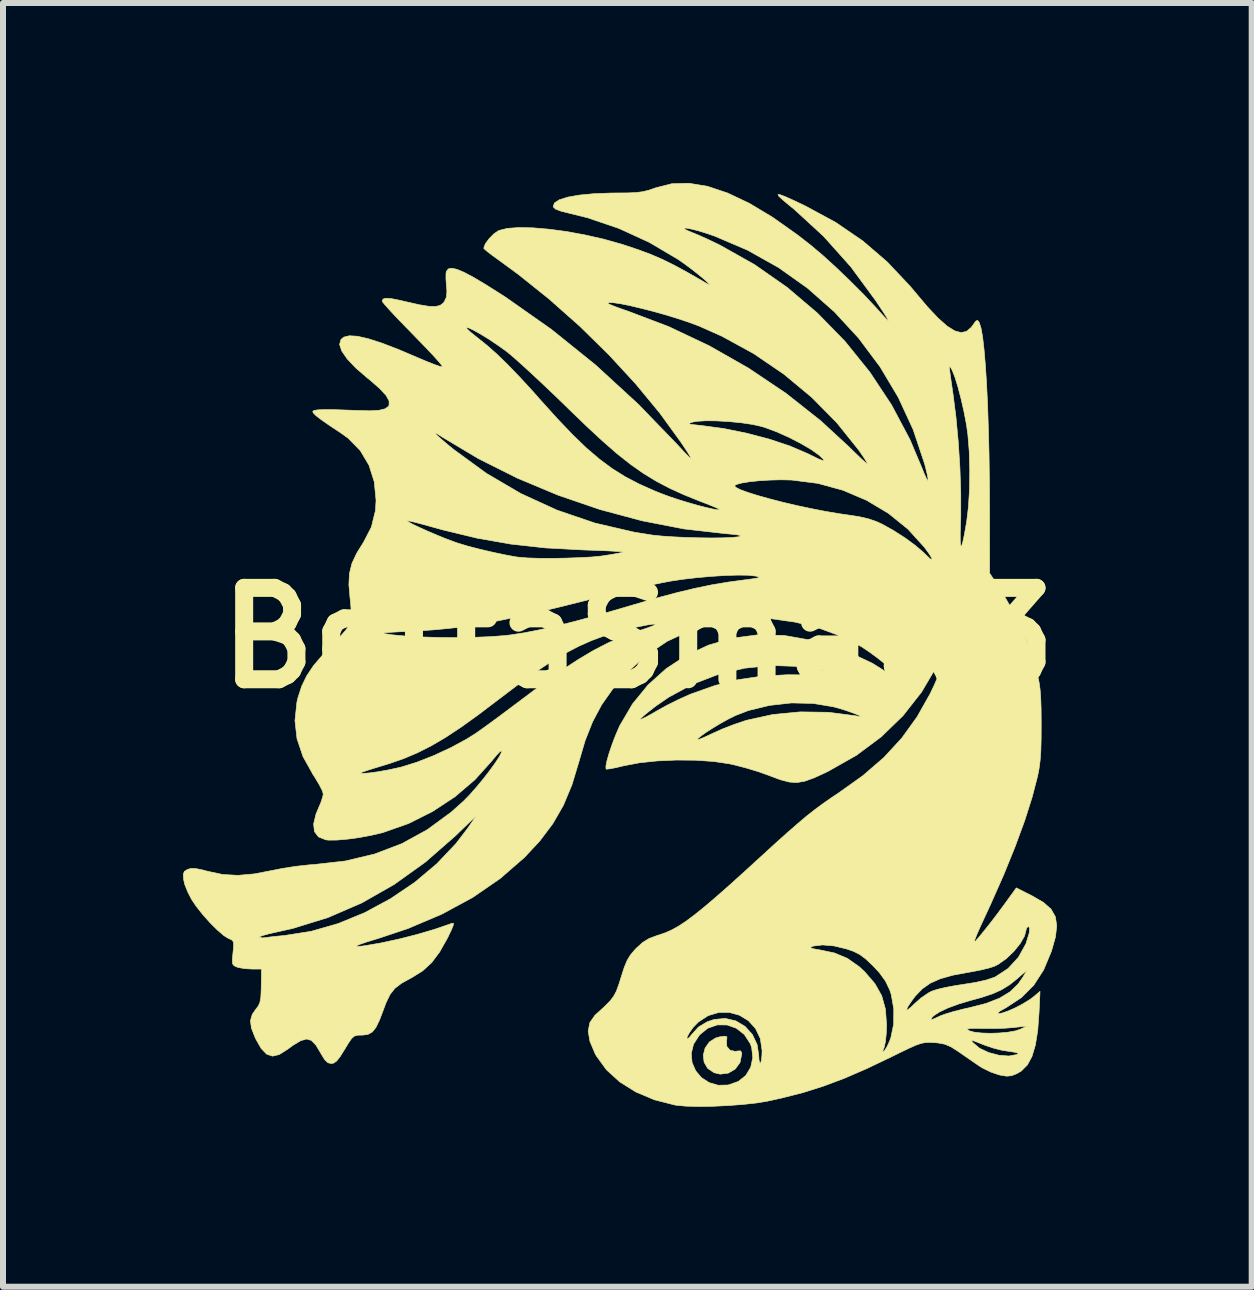
<source format=kicad_pcb>
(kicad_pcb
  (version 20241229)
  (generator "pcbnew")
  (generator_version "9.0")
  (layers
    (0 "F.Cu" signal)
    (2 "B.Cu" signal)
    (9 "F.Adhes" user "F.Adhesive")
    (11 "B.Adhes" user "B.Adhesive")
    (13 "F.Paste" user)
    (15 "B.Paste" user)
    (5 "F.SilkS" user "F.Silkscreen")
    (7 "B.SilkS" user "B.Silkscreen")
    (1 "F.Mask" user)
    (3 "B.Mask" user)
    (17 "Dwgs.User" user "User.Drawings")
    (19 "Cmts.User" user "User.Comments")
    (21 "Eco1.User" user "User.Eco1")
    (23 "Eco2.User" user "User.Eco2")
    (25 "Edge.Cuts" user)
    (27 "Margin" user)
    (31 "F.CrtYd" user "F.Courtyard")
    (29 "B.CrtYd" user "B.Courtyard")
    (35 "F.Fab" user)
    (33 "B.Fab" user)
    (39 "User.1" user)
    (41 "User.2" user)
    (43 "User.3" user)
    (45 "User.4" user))
  (footprint "BettaSmall3"
    (layer "F.Cu")
    (at 7.588 7.584)
    (property "Reference" "BettaSmall3" (at 0 0 0) (layer "F.SilkS") (effects (font (size 1.524 1.524) (thickness 0.3))))
    (attr through_hole)
    (fp_poly (pts (xy 1.48 6.65) (xy 1.477 6.693) (xy 1.473 6.713) (xy 1.477 6.808) (xy 1.531 6.873) (xy 1.618 6.893) (xy 1.645 6.888) (xy 1.707 6.883) (xy 1.727 6.919) (xy 1.727 6.937) (xy 1.698 7.078) (xy 1.618 7.187) (xy 1.503 7.255) (xy 1.368 7.272) (xy 1.265 7.248) (xy 1.158 7.175) (xy 1.099 7.072) (xy 1.086 6.954) (xy 1.116 6.838) (xy 1.186 6.737) (xy 1.295 6.668) (xy 1.365 6.649) (xy 1.448 6.639) (xy 1.48 6.65)) (stroke (width 0.01) (type solid)) (fill yes) (layer "F.SilkS"))
    (fp_poly (pts (xy 1.157 -7.528) (xy 1.492 -7.416) (xy 1.853 -7.245) (xy 2.24 -7.013) (xy 2.654 -6.72) (xy 2.877 -6.546) (xy 3.072 -6.382) (xy 3.293 -6.181) (xy 3.525 -5.959) (xy 3.752 -5.732) (xy 3.956 -5.515) (xy 4.012 -5.453) (xy 4.1 -5.355) (xy 4.153 -5.3) (xy 4.171 -5.289) (xy 4.154 -5.326) (xy 4.1 -5.412) (xy 4.008 -5.551) (xy 3.96 -5.623) (xy 3.546 -6.186) (xy 3.091 -6.695) (xy 2.597 -7.149) (xy 2.52 -7.211) (xy 2.411 -7.302) (xy 2.346 -7.362) (xy 2.331 -7.391) (xy 2.365 -7.389) (xy 2.453 -7.356) (xy 2.595 -7.292) (xy 2.794 -7.197) (xy 3.294 -6.926) (xy 3.742 -6.62) (xy 4.15 -6.27) (xy 4.529 -5.868) (xy 4.62 -5.76) (xy 4.826 -5.516) (xy 5.002 -5.329) (xy 5.151 -5.197) (xy 5.278 -5.118) (xy 5.384 -5.09) (xy 5.475 -5.11) (xy 5.553 -5.177) (xy 5.576 -5.209) (xy 5.626 -5.278) (xy 5.655 -5.295) (xy 5.679 -5.269) (xy 5.687 -5.254) (xy 5.715 -5.167) (xy 5.742 -5.017) (xy 5.766 -4.809) (xy 5.788 -4.548) (xy 5.808 -4.239) (xy 5.825 -3.886) (xy 5.838 -3.495) (xy 5.849 -3.071) (xy 5.855 -2.617) (xy 5.858 -2.14) (xy 5.858 -2.055) (xy 5.859 -1.079) (xy 6.059 -0.776) (xy 6.29 -0.375) (xy 6.485 0.061) (xy 6.628 0.5) (xy 6.661 0.631) (xy 6.685 0.748) (xy 6.701 0.867) (xy 6.711 1.005) (xy 6.717 1.176) (xy 6.719 1.397) (xy 6.719 1.422) (xy 6.718 1.676) (xy 6.713 1.878) (xy 6.701 2.043) (xy 6.682 2.187) (xy 6.659 2.303) (xy 6.57 2.648) (xy 6.445 3.042) (xy 6.285 3.477) (xy 6.095 3.946) (xy 5.875 4.443) (xy 5.774 4.661) (xy 5.705 4.81) (xy 5.65 4.936) (xy 5.614 5.026) (xy 5.601 5.069) (xy 5.601 5.071) (xy 5.626 5.051) (xy 5.683 4.986) (xy 5.766 4.885) (xy 5.867 4.758) (xy 5.978 4.613) (xy 6.091 4.461) (xy 6.176 4.344) (xy 6.304 4.167) (xy 6.573 4.303) (xy 6.756 4.409) (xy 6.882 4.52) (xy 6.955 4.648) (xy 6.978 4.8) (xy 6.956 4.988) (xy 6.89 5.221) (xy 6.889 5.224) (xy 6.76 5.533) (xy 6.596 5.788) (xy 6.39 5.995) (xy 6.137 6.162) (xy 6.113 6.175) (xy 6.025 6.225) (xy 5.994 6.255) (xy 6.013 6.264) (xy 6.072 6.252) (xy 6.166 6.22) (xy 6.282 6.169) (xy 6.408 6.103) (xy 6.526 6.031) (xy 6.592 5.982) (xy 6.699 5.892) (xy 6.683 6.24) (xy 6.661 6.543) (xy 6.622 6.787) (xy 6.565 6.977) (xy 6.488 7.119) (xy 6.388 7.219) (xy 6.312 7.264) (xy 6.225 7.298) (xy 6.145 7.306) (xy 6.04 7.289) (xy 6.014 7.283) (xy 5.881 7.238) (xy 5.742 7.17) (xy 5.685 7.135) (xy 5.57 7.056) (xy 5.434 6.962) (xy 5.335 6.893) (xy 5.214 6.816) (xy 5.112 6.773) (xy 5 6.752) (xy 4.933 6.746) (xy 4.853 6.743) (xy 4.785 6.746) (xy 4.715 6.76) (xy 4.631 6.789) (xy 4.522 6.837) (xy 4.374 6.908) (xy 4.216 6.986) (xy 3.81 7.18) (xy 3.441 7.34) (xy 3.092 7.471) (xy 2.747 7.58) (xy 2.389 7.671) (xy 2.148 7.724) (xy 1.962 7.754) (xy 1.738 7.778) (xy 1.493 7.796) (xy 1.243 7.808) (xy 1.007 7.811) (xy 0.799 7.806) (xy 0.639 7.791) (xy 0.614 7.787) (xy 0.272 7.7) (xy -0.037 7.57) (xy -0.307 7.401) (xy -0.53 7.198) (xy -0.698 6.966) (xy -0.718 6.928) (xy 0.885 6.928) (xy 0.899 7.079) (xy 0.959 7.216) (xy 1.055 7.33) (xy 1.183 7.413) (xy 1.333 7.457) (xy 1.5 7.453) (xy 1.669 7.394) (xy 1.794 7.295) (xy 1.877 7.156) (xy 1.911 6.994) (xy 1.892 6.827) (xy 1.87 6.765) (xy 1.77 6.611) (xy 1.636 6.506) (xy 1.481 6.452) (xy 1.319 6.451) (xy 1.161 6.506) (xy 1.022 6.619) (xy 1.021 6.621) (xy 0.923 6.773) (xy 0.885 6.928) (xy -0.718 6.928) (xy -0.719 6.927) (xy -0.804 6.725) (xy -0.813 6.671) (xy 0.813 6.671) (xy 0.829 6.681) (xy 0.87 6.641) (xy 0.885 6.62) (xy 1.005 6.487) (xy 1.15 6.4) (xy 1.264 6.361) (xy 1.451 6.343) (xy 1.628 6.384) (xy 1.782 6.476) (xy 1.904 6.611) (xy 1.983 6.779) (xy 2.009 6.947) (xy 2.015 7.037) (xy 2.029 7.087) (xy 2.038 7.091) (xy 2.053 7.051) (xy 2.063 6.964) (xy 2.066 6.881) (xy 2.037 6.68) (xy 1.957 6.512) (xy 1.838 6.381) (xy 1.689 6.29) (xy 1.52 6.243) (xy 1.343 6.244) (xy 1.168 6.296) (xy 1.005 6.402) (xy 0.92 6.489) (xy 0.858 6.575) (xy 0.819 6.646) (xy 0.813 6.671) (xy -0.813 6.671) (xy -0.833 6.555) (xy -0.805 6.413) (xy -0.721 6.292) (xy -0.701 6.273) (xy -0.568 6.153) (xy -0.475 6.06) (xy -0.41 5.977) (xy -0.363 5.889) (xy -0.322 5.777) (xy -0.284 5.655) (xy -0.232 5.493) (xy -0.184 5.377) (xy -0.129 5.286) (xy -0.057 5.2) (xy -0.035 5.177) (xy -0.019 5.163) (xy 2.872 5.163) (xy 2.902 5.178) (xy 2.993 5.195) (xy 3.014 5.198) (xy 3.272 5.252) (xy 3.488 5.342) (xy 3.683 5.479) (xy 3.779 5.568) (xy 3.948 5.765) (xy 4.06 5.965) (xy 4.122 6.187) (xy 4.141 6.448) (xy 4.141 6.452) (xy 4.136 6.595) (xy 4.123 6.725) (xy 4.104 6.816) (xy 4.101 6.824) (xy 4.077 6.889) (xy 4.082 6.9) (xy 4.11 6.875) (xy 4.149 6.814) (xy 4.194 6.716) (xy 4.197 6.706) (xy 5.559 6.706) (xy 5.566 6.728) (xy 5.586 6.752) (xy 5.694 6.842) (xy 5.844 6.912) (xy 6.014 6.957) (xy 6.179 6.97) (xy 6.316 6.945) (xy 6.316 6.945) (xy 6.338 6.927) (xy 6.305 6.912) (xy 6.212 6.896) (xy 6.181 6.892) (xy 6.055 6.872) (xy 5.93 6.84) (xy 5.786 6.792) (xy 5.605 6.721) (xy 5.559 6.706) (xy 4.197 6.706) (xy 4.213 6.662) (xy 4.243 6.518) (xy 5.486 6.518) (xy 5.518 6.549) (xy 5.601 6.572) (xy 5.722 6.586) (xy 5.867 6.591) (xy 6.019 6.586) (xy 6.165 6.573) (xy 6.29 6.551) (xy 6.367 6.525) (xy 6.485 6.469) (xy 6.265 6.494) (xy 6.118 6.506) (xy 5.941 6.511) (xy 5.771 6.511) (xy 5.766 6.511) (xy 5.638 6.508) (xy 5.541 6.51) (xy 5.49 6.515) (xy 5.486 6.518) (xy 4.243 6.518) (xy 4.26 6.434) (xy 4.26 6.359) (xy 4.882 6.359) (xy 4.899 6.362) (xy 4.957 6.338) (xy 5.031 6.303) (xy 5.122 6.269) (xy 5.257 6.229) (xy 5.416 6.188) (xy 5.519 6.165) (xy 5.801 6.093) (xy 6.024 6.006) (xy 6.199 5.9) (xy 6.335 5.768) (xy 6.416 5.651) (xy 6.482 5.537) (xy 6.32 5.68) (xy 6.192 5.782) (xy 6.06 5.864) (xy 5.909 5.932) (xy 5.719 5.995) (xy 5.539 6.044) (xy 5.342 6.103) (xy 5.165 6.168) (xy 5.022 6.236) (xy 4.924 6.3) (xy 4.893 6.333) (xy 4.882 6.359) (xy 4.26 6.359) (xy 4.261 6.196) (xy 4.474 6.196) (xy 4.492 6.201) (xy 4.55 6.154) (xy 4.609 6.097) (xy 4.715 6.003) (xy 4.833 5.922) (xy 4.892 5.89) (xy 4.986 5.859) (xy 5.127 5.826) (xy 5.292 5.795) (xy 5.418 5.776) (xy 5.631 5.742) (xy 5.81 5.701) (xy 5.94 5.657) (xy 5.953 5.651) (xy 6.167 5.511) (xy 6.34 5.323) (xy 6.465 5.097) (xy 6.519 4.919) (xy 6.526 4.837) (xy 6.505 4.809) (xy 6.473 4.837) (xy 6.469 4.861) (xy 6.441 4.969) (xy 6.368 5.096) (xy 6.262 5.227) (xy 6.136 5.347) (xy 6.003 5.441) (xy 5.935 5.475) (xy 5.847 5.503) (xy 5.715 5.535) (xy 5.563 5.565) (xy 5.507 5.574) (xy 5.244 5.623) (xy 5.036 5.682) (xy 4.871 5.755) (xy 4.736 5.85) (xy 4.619 5.972) (xy 4.57 6.037) (xy 4.5 6.14) (xy 4.474 6.196) (xy 4.261 6.196) (xy 4.261 6.185) (xy 4.219 5.944) (xy 4.194 5.869) (xy 4.124 5.722) (xy 4.021 5.58) (xy 3.913 5.464) (xy 3.794 5.352) (xy 3.695 5.278) (xy 3.591 5.225) (xy 3.474 5.185) (xy 3.264 5.134) (xy 3.075 5.118) (xy 2.925 5.136) (xy 2.896 5.145) (xy 2.872 5.163) (xy -0.019 5.163) (xy 0.071 5.08) (xy 0.178 5.013) (xy 0.316 4.961) (xy 0.356 4.949) (xy 0.457 4.914) (xy 0.56 4.868) (xy 0.671 4.807) (xy 0.794 4.726) (xy 0.934 4.622) (xy 1.098 4.49) (xy 1.291 4.326) (xy 1.517 4.127) (xy 1.782 3.888) (xy 2.03 3.661) (xy 2.275 3.437) (xy 2.48 3.253) (xy 2.654 3.101) (xy 2.804 2.974) (xy 2.941 2.866) (xy 3.072 2.769) (xy 3.206 2.675) (xy 3.335 2.589) (xy 3.745 2.297) (xy 4.096 1.994) (xy 4.395 1.67) (xy 4.65 1.316) (xy 4.867 0.931) (xy 4.938 0.782) (xy 5.005 0.626) (xy 5.063 0.479) (xy 5.107 0.352) (xy 5.133 0.259) (xy 5.135 0.214) (xy 5.134 0.212) (xy 5.113 0.233) (xy 5.07 0.302) (xy 5.013 0.406) (xy 4.984 0.462) (xy 4.725 0.902) (xy 4.415 1.297) (xy 4.053 1.648) (xy 3.64 1.956) (xy 3.174 2.22) (xy 3.124 2.245) (xy 2.932 2.333) (xy 2.779 2.388) (xy 2.648 2.411) (xy 2.52 2.403) (xy 2.374 2.365) (xy 2.194 2.298) (xy 2.184 2.294) (xy 2.008 2.231) (xy 1.8 2.168) (xy 1.596 2.115) (xy 1.523 2.099) (xy 1.262 2.06) (xy 0.961 2.039) (xy 0.64 2.036) (xy 0.321 2.05) (xy 0.025 2.081) (xy -0.227 2.129) (xy -0.234 2.13) (xy -0.363 2.161) (xy -0.466 2.181) (xy -0.527 2.188) (xy -0.535 2.186) (xy -0.538 2.141) (xy -0.52 2.048) (xy -0.484 1.922) (xy -0.435 1.777) (xy -0.405 1.697) (xy 0.982 1.697) (xy 1.01 1.693) (xy 1.085 1.664) (xy 1.192 1.615) (xy 1.245 1.59) (xy 1.408 1.517) (xy 1.599 1.443) (xy 1.783 1.381) (xy 1.812 1.372) (xy 2.245 1.277) (xy 2.704 1.233) (xy 3.172 1.24) (xy 3.63 1.299) (xy 3.658 1.305) (xy 3.704 1.31) (xy 3.697 1.299) (xy 3.647 1.276) (xy 3.565 1.245) (xy 3.463 1.209) (xy 3.35 1.174) (xy 3.254 1.148) (xy 2.917 1.092) (xy 2.555 1.084) (xy 2.189 1.125) (xy 1.84 1.21) (xy 1.626 1.292) (xy 1.512 1.348) (xy 1.383 1.419) (xy 1.253 1.497) (xy 1.135 1.572) (xy 1.043 1.638) (xy 0.99 1.684) (xy 0.982 1.697) (xy -0.405 1.697) (xy -0.378 1.628) (xy -0.318 1.488) (xy -0.306 1.462) (xy -0.244 1.357) (xy 0.034 1.357) (xy 0.061 1.352) (xy 0.133 1.318) (xy 0.238 1.26) (xy 0.313 1.216) (xy 0.481 1.123) (xy 0.674 1.027) (xy 0.854 0.946) (xy 0.884 0.934) (xy 1.276 0.795) (xy 1.662 0.697) (xy 2.06 0.638) (xy 2.487 0.614) (xy 2.817 0.617) (xy 2.998 0.622) (xy 3.151 0.625) (xy 3.265 0.625) (xy 3.33 0.623) (xy 3.34 0.62) (xy 3.29 0.597) (xy 3.188 0.568) (xy 3.049 0.538) (xy 2.888 0.509) (xy 2.722 0.484) (xy 2.653 0.475) (xy 2.215 0.459) (xy 1.772 0.505) (xy 1.332 0.61) (xy 0.908 0.772) (xy 0.51 0.988) (xy 0.296 1.135) (xy 0.184 1.222) (xy 0.096 1.294) (xy 0.043 1.343) (xy 0.034 1.357) (xy -0.244 1.357) (xy -0.095 1.102) (xy 0.165 0.784) (xy 0.468 0.512) (xy 0.807 0.289) (xy 1.177 0.119) (xy 1.571 0.005) (xy 1.983 -0.05) (xy 2.407 -0.042) (xy 2.457 -0.037) (xy 2.963 0.053) (xy 3.445 0.206) (xy 3.905 0.423) (xy 4.293 0.666) (xy 4.347 0.701) (xy 4.359 0.695) (xy 4.349 0.664) (xy 4.309 0.61) (xy 4.226 0.529) (xy 4.112 0.431) (xy 3.982 0.328) (xy 3.847 0.229) (xy 3.722 0.146) (xy 3.713 0.141) (xy 3.382 -0.028) (xy 3.01 -0.165) (xy 2.619 -0.263) (xy 2.227 -0.319) (xy 1.854 -0.328) (xy 1.778 -0.323) (xy 1.313 -0.255) (xy 0.881 -0.128) (xy 0.485 0.056) (xy 0.122 0.299) (xy -0.195 0.589) (xy -0.424 0.852) (xy -0.61 1.117) (xy -0.76 1.399) (xy -0.885 1.715) (xy -0.986 2.059) (xy -1.104 2.45) (xy -1.246 2.79) (xy -1.422 3.096) (xy -1.639 3.384) (xy -1.894 3.658) (xy -2.3 4.011) (xy -2.761 4.328) (xy -3.275 4.606) (xy -3.841 4.846) (xy -4.333 5.01) (xy -4.517 5.066) (xy -4.637 5.107) (xy -4.693 5.132) (xy -4.687 5.143) (xy -4.619 5.139) (xy -4.555 5.131) (xy -4.286 5.085) (xy -3.987 5.02) (xy -3.68 4.942) (xy -3.391 4.857) (xy -3.141 4.771) (xy -3.105 4.757) (xy -3.081 4.756) (xy -3.082 4.79) (xy -3.112 4.865) (xy -3.172 4.99) (xy -3.181 5.008) (xy -3.311 5.238) (xy -3.444 5.415) (xy -3.595 5.552) (xy -3.775 5.664) (xy -3.791 5.672) (xy -3.946 5.758) (xy -4.056 5.842) (xy -4.136 5.944) (xy -4.203 6.082) (xy -4.246 6.198) (xy -4.313 6.374) (xy -4.372 6.495) (xy -4.432 6.569) (xy -4.501 6.608) (xy -4.588 6.621) (xy -4.607 6.621) (xy -4.68 6.623) (xy -4.731 6.638) (xy -4.776 6.677) (xy -4.828 6.752) (xy -4.892 6.858) (xy -4.969 6.981) (xy -5.027 7.054) (xy -5.076 7.088) (xy -5.115 7.095) (xy -5.172 7.082) (xy -5.224 7.032) (xy -5.285 6.934) (xy -5.295 6.915) (xy -5.373 6.786) (xy -5.447 6.71) (xy -5.528 6.686) (xy -5.627 6.715) (xy -5.756 6.793) (xy -5.849 6.861) (xy -5.982 6.945) (xy -6.095 6.972) (xy -6.193 6.939) (xy -6.285 6.843) (xy -6.375 6.684) (xy -6.386 6.66) (xy -6.447 6.504) (xy -6.463 6.381) (xy -6.433 6.276) (xy -6.378 6.196) (xy -6.332 6.136) (xy -6.305 6.074) (xy -6.29 5.99) (xy -6.284 5.866) (xy -6.283 5.804) (xy -6.279 5.52) (xy -6.439 5.52) (xy -6.557 5.513) (xy -6.661 5.495) (xy -6.688 5.487) (xy -6.737 5.464) (xy -6.761 5.432) (xy -6.765 5.372) (xy -6.756 5.266) (xy -6.754 5.25) (xy -6.743 5.138) (xy -6.745 5.073) (xy -6.767 5.039) (xy -6.814 5.016) (xy -6.825 5.012) (xy -6.864 4.988) (xy -6.312 4.988) (xy -6.264 5.001) (xy -6.218 4.997) (xy -6.15 4.987) (xy -6.038 4.974) (xy -5.905 4.962) (xy -5.895 4.961) (xy -5.451 4.891) (xy -5.001 4.762) (xy -4.556 4.579) (xy -4.127 4.347) (xy -3.723 4.074) (xy -3.356 3.765) (xy -3.035 3.426) (xy -2.847 3.18) (xy -2.697 2.963) (xy -3.05 3.303) (xy -3.548 3.738) (xy -4.067 4.11) (xy -4.608 4.418) (xy -5.172 4.662) (xy -5.758 4.843) (xy -6.021 4.902) (xy -6.153 4.932) (xy -6.253 4.959) (xy -6.307 4.98) (xy -6.312 4.988) (xy -6.864 4.988) (xy -6.907 4.962) (xy -7.015 4.869) (xy -7.136 4.749) (xy -7.258 4.612) (xy -7.367 4.474) (xy -7.445 4.358) (xy -7.509 4.234) (xy -7.558 4.11) (xy -7.576 4.033) (xy -7.583 3.943) (xy -7.565 3.893) (xy -7.513 3.86) (xy -7.511 3.859) (xy -7.451 3.842) (xy -7.374 3.845) (xy -7.261 3.868) (xy -7.174 3.891) (xy -6.925 3.944) (xy -6.672 3.958) (xy -6.4 3.934) (xy -6.124 3.881) (xy -5.927 3.842) (xy -5.7 3.807) (xy -5.483 3.783) (xy -5.406 3.778) (xy -4.882 3.719) (xy -4.395 3.603) (xy -3.94 3.43) (xy -3.515 3.197) (xy -3.116 2.904) (xy -2.907 2.717) (xy -2.805 2.612) (xy -2.694 2.486) (xy -2.581 2.35) (xy -2.476 2.214) (xy -2.385 2.088) (xy -2.316 1.983) (xy -2.278 1.909) (xy -2.275 1.879) (xy -2.303 1.895) (xy -2.359 1.953) (xy -2.432 2.041) (xy -2.438 2.049) (xy -2.72 2.363) (xy -3.054 2.648) (xy -3.428 2.894) (xy -3.83 3.095) (xy -4.247 3.242) (xy -4.271 3.249) (xy -4.456 3.292) (xy -4.655 3.329) (xy -4.85 3.355) (xy -5.025 3.37) (xy -5.16 3.371) (xy -5.207 3.366) (xy -5.329 3.317) (xy -5.396 3.229) (xy -5.41 3.101) (xy -5.37 2.936) (xy -5.334 2.85) (xy -5.287 2.739) (xy -5.257 2.645) (xy -5.249 2.601) (xy -5.267 2.543) (xy -5.316 2.447) (xy -5.386 2.33) (xy -5.418 2.281) (xy -5.432 2.255) (xy -4.625 2.255) (xy -4.594 2.258) (xy -4.519 2.254) (xy -4.475 2.25) (xy -4.341 2.232) (xy -4.172 2.202) (xy -3.997 2.164) (xy -3.938 2.15) (xy -3.686 2.071) (xy -3.406 1.961) (xy -3.122 1.829) (xy -2.859 1.687) (xy -2.705 1.59) (xy -2.609 1.522) (xy -2.472 1.423) (xy -2.307 1.302) (xy -2.127 1.167) (xy -1.947 1.032) (xy -1.595 0.768) (xy -1.282 0.546) (xy -1.002 0.362) (xy -0.745 0.209) (xy -0.503 0.084) (xy -0.269 -0.019) (xy -0.032 -0.105) (xy 0.027 -0.124) (xy 0.15 -0.165) (xy 0.242 -0.199) (xy 0.289 -0.222) (xy 0.292 -0.227) (xy 0.251 -0.23) (xy 0.159 -0.217) (xy 0.03 -0.192) (xy -0.12 -0.158) (xy -0.278 -0.119) (xy -0.43 -0.077) (xy -0.54 -0.043) (xy -0.77 0.041) (xy -0.993 0.14) (xy -1.221 0.259) (xy -1.462 0.403) (xy -1.724 0.579) (xy -2.018 0.791) (xy -2.337 1.033) (xy -2.664 1.281) (xy -2.952 1.488) (xy -3.211 1.659) (xy -3.45 1.799) (xy -3.68 1.915) (xy -3.909 2.012) (xy -4.148 2.095) (xy -4.223 2.118) (xy -4.411 2.175) (xy -4.538 2.216) (xy -4.608 2.241) (xy -4.625 2.255) (xy -5.432 2.255) (xy -5.586 1.98) (xy -5.687 1.681) (xy -5.721 1.379) (xy -5.689 1.074) (xy -5.672 1) (xy -5.61 0.808) (xy -5.526 0.633) (xy -5.41 0.46) (xy -5.252 0.276) (xy -5.124 0.144) (xy -4.999 0.013) (xy -4.917 -0.08) (xy -4.267 -0.08) (xy -4.267 -0.077) (xy -4.095 -0.051) (xy -3.87 -0.03) (xy -3.607 -0.016) (xy -3.32 -0.007) (xy -3.023 -0.005) (xy -2.731 -0.01) (xy -2.459 -0.021) (xy -2.222 -0.039) (xy -2.127 -0.05) (xy -1.894 -0.086) (xy -1.635 -0.137) (xy -1.342 -0.203) (xy -1.009 -0.288) (xy -0.628 -0.392) (xy -0.193 -0.518) (xy -0.085 -0.55) (xy 0.302 -0.663) (xy 0.64 -0.753) (xy 0.943 -0.826) (xy 1.224 -0.884) (xy 1.498 -0.93) (xy 1.727 -0.961) (xy 1.881 -0.981) (xy 1.975 -0.995) (xy 2.015 -1.007) (xy 2.008 -1.018) (xy 1.962 -1.03) (xy 1.95 -1.032) (xy 1.833 -1.045) (xy 1.664 -1.047) (xy 1.456 -1.041) (xy 1.223 -1.026) (xy 0.981 -1.005) (xy 0.742 -0.977) (xy 0.542 -0.947) (xy 0.391 -0.918) (xy 0.19 -0.876) (xy -0.049 -0.823) (xy -0.31 -0.762) (xy -0.58 -0.697) (xy -0.796 -0.644) (xy -1.255 -0.529) (xy -1.659 -0.432) (xy -2.016 -0.351) (xy -2.335 -0.285) (xy -2.625 -0.231) (xy -2.897 -0.19) (xy -3.157 -0.158) (xy -3.417 -0.134) (xy -3.684 -0.116) (xy -3.81 -0.11) (xy -3.982 -0.102) (xy -4.122 -0.094) (xy -4.221 -0.086) (xy -4.267 -0.08) (xy -4.917 -0.08) (xy -4.894 -0.105) (xy -4.821 -0.201) (xy -4.787 -0.262) (xy -4.787 -0.262) (xy -4.781 -0.338) (xy -4.784 -0.458) (xy -4.795 -0.603) (xy -4.802 -0.66) (xy -4.822 -0.886) (xy -4.813 -1.072) (xy -4.772 -1.24) (xy -4.692 -1.411) (xy -4.576 -1.598) (xy -4.446 -1.85) (xy -4.421 -1.953) (xy -3.849 -1.953) (xy -3.828 -1.933) (xy -3.757 -1.894) (xy -3.647 -1.842) (xy -3.512 -1.781) (xy -3.364 -1.718) (xy -3.216 -1.657) (xy -3.08 -1.606) (xy -3.008 -1.581) (xy -2.847 -1.532) (xy -2.646 -1.48) (xy -2.429 -1.429) (xy -2.221 -1.385) (xy -2.043 -1.352) (xy -1.981 -1.344) (xy -1.842 -1.333) (xy -1.653 -1.327) (xy -1.433 -1.326) (xy -1.201 -1.33) (xy -0.974 -1.338) (xy -0.771 -1.349) (xy -0.611 -1.365) (xy -0.582 -1.369) (xy -0.443 -1.391) (xy -0.332 -1.411) (xy -0.264 -1.426) (xy -0.251 -1.431) (xy -0.278 -1.437) (xy -0.364 -1.443) (xy -0.497 -1.451) (xy -0.669 -1.458) (xy -0.87 -1.465) (xy -0.922 -1.467) (xy -1.541 -1.5) (xy -2.121 -1.564) (xy -2.685 -1.663) (xy -3.257 -1.801) (xy -3.434 -1.85) (xy -3.589 -1.893) (xy -3.718 -1.927) (xy -3.809 -1.948) (xy -3.849 -1.953) (xy -3.849 -1.953) (xy -4.421 -1.953) (xy -4.379 -2.123) (xy -4.369 -2.293) (xy -4.399 -2.602) (xy -4.487 -2.879) (xy -4.632 -3.122) (xy -4.831 -3.326) (xy -4.946 -3.41) (xy -4.955 -3.416) (xy -3.386 -3.416) (xy -3.359 -3.383) (xy -3.285 -3.316) (xy -3.167 -3.216) (xy -3.073 -3.14) (xy -2.53 -2.743) (xy -1.955 -2.406) (xy -1.35 -2.129) (xy -0.719 -1.914) (xy -0.063 -1.762) (xy 0.239 -1.714) (xy 0.393 -1.698) (xy 0.582 -1.685) (xy 0.792 -1.675) (xy 1.008 -1.669) (xy 1.218 -1.666) (xy 1.407 -1.668) (xy 1.562 -1.674) (xy 1.668 -1.685) (xy 1.693 -1.69) (xy 1.708 -1.704) (xy 1.657 -1.718) (xy 1.538 -1.731) (xy 1.446 -1.739) (xy 0.763 -1.817) (xy 0.063 -1.953) (xy -0.641 -2.142) (xy -1.338 -2.381) (xy -2.017 -2.665) (xy -2.665 -2.99) (xy -3.27 -3.351) (xy -3.294 -3.367) (xy -3.365 -3.411) (xy -3.386 -3.416) (xy -4.955 -3.416) (xy -5.138 -3.537) (xy -5.276 -3.633) (xy -5.367 -3.702) (xy -5.414 -3.749) (xy -5.425 -3.776) (xy -5.402 -3.792) (xy -5.337 -3.802) (xy -5.225 -3.806) (xy -5.06 -3.805) (xy -4.836 -3.797) (xy -4.674 -3.791) (xy -4.466 -3.786) (xy -4.317 -3.795) (xy -4.219 -3.819) (xy -4.164 -3.858) (xy -4.152 -3.88) (xy -4.152 -3.951) (xy -4.201 -4.041) (xy -4.304 -4.153) (xy -4.462 -4.292) (xy -4.51 -4.33) (xy -4.706 -4.499) (xy -4.851 -4.652) (xy -4.942 -4.784) (xy -4.977 -4.892) (xy -4.954 -4.975) (xy -4.907 -5.014) (xy -4.815 -5.037) (xy -4.68 -5.029) (xy -4.5 -4.988) (xy -4.27 -4.914) (xy -3.99 -4.806) (xy -3.68 -4.674) (xy -3.529 -4.61) (xy -3.401 -4.559) (xy -3.307 -4.527) (xy -3.262 -4.518) (xy -3.26 -4.519) (xy -3.276 -4.547) (xy -3.334 -4.617) (xy -3.427 -4.72) (xy -3.549 -4.849) (xy -3.692 -4.996) (xy -3.753 -5.059) (xy -3.865 -5.174) (xy -2.864 -5.174) (xy -2.848 -5.147) (xy -2.789 -5.092) (xy -2.7 -5.021) (xy -2.697 -5.019) (xy -2.531 -4.886) (xy -2.361 -4.737) (xy -2.181 -4.562) (xy -1.98 -4.354) (xy -1.751 -4.105) (xy -1.625 -3.962) (xy -1.343 -3.65) (xy -1.092 -3.387) (xy -0.862 -3.165) (xy -0.644 -2.979) (xy -0.431 -2.821) (xy -0.213 -2.685) (xy 0.019 -2.564) (xy 0.273 -2.451) (xy 0.385 -2.406) (xy 0.522 -2.355) (xy 0.677 -2.303) (xy 0.839 -2.254) (xy 0.996 -2.209) (xy 1.138 -2.173) (xy 1.252 -2.147) (xy 1.329 -2.135) (xy 1.356 -2.141) (xy 1.352 -2.147) (xy 1.316 -2.164) (xy 1.232 -2.2) (xy 1.113 -2.247) (xy 1.032 -2.278) (xy 0.767 -2.385) (xy 0.528 -2.494) (xy 0.441 -2.539) (xy 1.608 -2.539) (xy 1.626 -2.511) (xy 1.702 -2.472) (xy 1.827 -2.426) (xy 1.992 -2.374) (xy 2.189 -2.319) (xy 2.409 -2.262) (xy 2.643 -2.207) (xy 2.883 -2.156) (xy 3.119 -2.11) (xy 3.343 -2.072) (xy 3.474 -2.053) (xy 3.679 -2.022) (xy 3.837 -1.986) (xy 3.972 -1.94) (xy 4.067 -1.896) (xy 4.256 -1.791) (xy 4.448 -1.668) (xy 4.624 -1.539) (xy 4.762 -1.42) (xy 4.79 -1.392) (xy 4.863 -1.322) (xy 4.897 -1.302) (xy 4.895 -1.329) (xy 4.855 -1.397) (xy 4.778 -1.503) (xy 4.774 -1.509) (xy 4.498 -1.813) (xy 4.173 -2.076) (xy 3.808 -2.294) (xy 3.413 -2.462) (xy 2.996 -2.576) (xy 2.566 -2.631) (xy 2.553 -2.632) (xy 2.379 -2.636) (xy 2.195 -2.631) (xy 2.015 -2.62) (xy 1.853 -2.603) (xy 1.721 -2.581) (xy 1.635 -2.557) (xy 1.608 -2.539) (xy 0.441 -2.539) (xy 0.306 -2.61) (xy 0.092 -2.74) (xy -0.122 -2.89) (xy -0.345 -3.066) (xy -0.585 -3.275) (xy -0.852 -3.522) (xy -1.155 -3.814) (xy -1.171 -3.83) (xy -1.374 -4.027) (xy -1.574 -4.217) (xy -1.762 -4.393) (xy -1.931 -4.548) (xy -2.071 -4.673) (xy -2.175 -4.761) (xy -2.204 -4.783) (xy -2.344 -4.883) (xy -2.487 -4.979) (xy -2.622 -5.062) (xy -2.738 -5.127) (xy -2.822 -5.167) (xy -2.863 -5.174) (xy -2.864 -5.174) (xy -3.865 -5.174) (xy -3.904 -5.214) (xy -4.038 -5.353) (xy -4.147 -5.47) (xy -4.225 -5.557) (xy -4.264 -5.607) (xy -4.267 -5.614) (xy -4.253 -5.648) (xy -4.205 -5.662) (xy -4.114 -5.656) (xy -3.973 -5.628) (xy -3.861 -5.602) (xy -3.649 -5.554) (xy -3.492 -5.528) (xy -3.379 -5.524) (xy -3.301 -5.543) (xy -3.247 -5.584) (xy -3.231 -5.606) (xy -3.196 -5.682) (xy -3.188 -5.781) (xy -3.196 -5.874) (xy -3.204 -5.987) (xy -3.203 -6.077) (xy -3.197 -6.11) (xy -3.165 -6.151) (xy -3.109 -6.163) (xy -3.023 -6.145) (xy -2.903 -6.095) (xy -2.745 -6.011) (xy -2.543 -5.891) (xy -2.293 -5.733) (xy -2.206 -5.677) (xy -1.445 -5.142) (xy -0.709 -4.549) (xy 0.004 -3.894) (xy 0.642 -3.234) (xy 0.764 -3.102) (xy 0.843 -3.021) (xy 0.878 -2.992) (xy 0.872 -3.016) (xy 0.826 -3.092) (xy 0.74 -3.222) (xy 0.709 -3.268) (xy 0.49 -3.57) (xy 0.846 -3.57) (xy 0.881 -3.56) (xy 0.973 -3.549) (xy 1.05 -3.541) (xy 1.428 -3.49) (xy 1.812 -3.412) (xy 2.185 -3.314) (xy 2.53 -3.199) (xy 2.827 -3.072) (xy 2.877 -3.047) (xy 3.008 -2.983) (xy 3.082 -2.955) (xy 3.099 -2.963) (xy 3.059 -3.008) (xy 3.014 -3.048) (xy 2.886 -3.14) (xy 2.713 -3.241) (xy 2.515 -3.343) (xy 2.312 -3.434) (xy 2.124 -3.504) (xy 2.065 -3.523) (xy 1.911 -3.558) (xy 1.722 -3.586) (xy 1.516 -3.606) (xy 1.312 -3.618) (xy 1.127 -3.62) (xy 0.98 -3.611) (xy 0.914 -3.599) (xy 0.859 -3.582) (xy 0.846 -3.57) (xy 0.49 -3.57) (xy 0.36 -3.749) (xy -0.043 -4.237) (xy -0.491 -4.723) (xy -0.973 -5.196) (xy -1.404 -5.578) (xy -0.508 -5.578) (xy -0.478 -5.561) (xy -0.397 -5.528) (xy -0.278 -5.484) (xy -0.178 -5.45) (xy 0.508 -5.19) (xy 1.184 -4.87) (xy 1.838 -4.498) (xy 2.462 -4.079) (xy 3.043 -3.62) (xy 3.505 -3.194) (xy 3.621 -3.081) (xy 3.718 -2.988) (xy 3.788 -2.925) (xy 3.821 -2.9) (xy 3.823 -2.9) (xy 3.81 -2.93) (xy 3.766 -3.001) (xy 3.699 -3.099) (xy 3.674 -3.135) (xy 3.311 -3.588) (xy 2.894 -4.01) (xy 2.43 -4.396) (xy 1.928 -4.738) (xy 1.397 -5.029) (xy 1.015 -5.199) (xy 0.851 -5.26) (xy 0.662 -5.323) (xy 0.46 -5.385) (xy 0.253 -5.443) (xy 0.053 -5.494) (xy -0.131 -5.538) (xy -0.29 -5.57) (xy -0.412 -5.588) (xy -0.487 -5.59) (xy -0.508 -5.578) (xy -1.404 -5.578) (xy -1.479 -5.645) (xy -1.997 -6.06) (xy -2.311 -6.29) (xy -2.425 -6.372) (xy -2.514 -6.44) (xy -2.565 -6.485) (xy -2.574 -6.497) (xy -2.549 -6.567) (xy -2.486 -6.654) (xy -2.405 -6.736) (xy -2.325 -6.79) (xy -2.32 -6.792) (xy -2.181 -6.827) (xy -1.988 -6.841) (xy -1.752 -6.836) (xy -1.483 -6.813) (xy -1.191 -6.774) (xy -0.887 -6.718) (xy -0.581 -6.649) (xy -0.284 -6.566) (xy -0.222 -6.546) (xy 0.008 -6.469) (xy 0.212 -6.393) (xy 0.404 -6.31) (xy 0.601 -6.213) (xy 0.819 -6.095) (xy 1.073 -5.949) (xy 1.139 -5.91) (xy 1.185 -5.887) (xy 1.185 -5.898) (xy 1.147 -5.937) (xy 1.079 -5.997) (xy 0.99 -6.07) (xy 0.887 -6.151) (xy 0.778 -6.232) (xy 0.672 -6.307) (xy 0.66 -6.314) (xy 0.186 -6.594) (xy -0.304 -6.819) (xy 0.768 -6.819) (xy 0.82 -6.791) (xy 0.897 -6.759) (xy 1.005 -6.715) (xy 1.148 -6.651) (xy 1.303 -6.577) (xy 1.368 -6.545) (xy 1.942 -6.222) (xy 2.483 -5.844) (xy 2.987 -5.416) (xy 3.448 -4.944) (xy 3.862 -4.431) (xy 4.224 -3.884) (xy 4.53 -3.308) (xy 4.723 -2.851) (xy 4.769 -2.737) (xy 4.806 -2.656) (xy 4.83 -2.62) (xy 4.833 -2.62) (xy 4.832 -2.658) (xy 4.815 -2.744) (xy 4.786 -2.862) (xy 4.776 -2.9) (xy 4.586 -3.469) (xy 4.336 -4.011) (xy 4.031 -4.522) (xy 4.029 -4.524) (xy 5.188 -4.524) (xy 5.19 -4.483) (xy 5.201 -4.398) (xy 5.22 -4.262) (xy 5.248 -4.072) (xy 5.298 -3.68) (xy 5.337 -3.259) (xy 5.364 -2.83) (xy 5.378 -2.416) (xy 5.378 -2.039) (xy 5.375 -1.947) (xy 5.369 -1.742) (xy 5.37 -1.604) (xy 5.377 -1.534) (xy 5.391 -1.531) (xy 5.411 -1.595) (xy 5.439 -1.726) (xy 5.474 -1.925) (xy 5.475 -1.927) (xy 5.506 -2.184) (xy 5.524 -2.482) (xy 5.528 -2.798) (xy 5.519 -3.11) (xy 5.496 -3.393) (xy 5.473 -3.556) (xy 5.431 -3.774) (xy 5.382 -3.989) (xy 5.331 -4.184) (xy 5.281 -4.345) (xy 5.237 -4.457) (xy 5.23 -4.47) (xy 5.208 -4.51) (xy 5.194 -4.531) (xy 5.188 -4.524) (xy 4.029 -4.524) (xy 3.674 -4.999) (xy 3.271 -5.436) (xy 2.826 -5.829) (xy 2.342 -6.173) (xy 1.823 -6.464) (xy 1.276 -6.698) (xy 1.154 -6.74) (xy 1.016 -6.783) (xy 0.9 -6.813) (xy 0.816 -6.83) (xy 0.769 -6.832) (xy 0.768 -6.819) (xy -0.304 -6.819) (xy -0.322 -6.827) (xy -0.847 -7.005) (xy -1.131 -7.075) (xy -1.284 -7.113) (xy -1.376 -7.148) (xy -1.415 -7.184) (xy -1.416 -7.189) (xy -1.396 -7.25) (xy -1.313 -7.304) (xy -1.173 -7.348) (xy -0.98 -7.382) (xy -0.739 -7.405) (xy -0.456 -7.416) (xy -0.365 -7.417) (xy -0.176 -7.418) (xy -0.036 -7.424) (xy 0.073 -7.438) (xy 0.17 -7.461) (xy 0.273 -7.496) (xy 0.296 -7.504) (xy 0.56 -7.571) (xy 0.847 -7.579) (xy 1.157 -7.528)) (stroke (width 0.01) (type solid)) (fill yes) (layer "F.SilkS")))
  (gr_rect
    (start -3 -3)
    (end 17.816 18.4)
    (stroke (width 0.1) (type default))
    (fill no)
    (layer "Edge.Cuts")))
</source>
